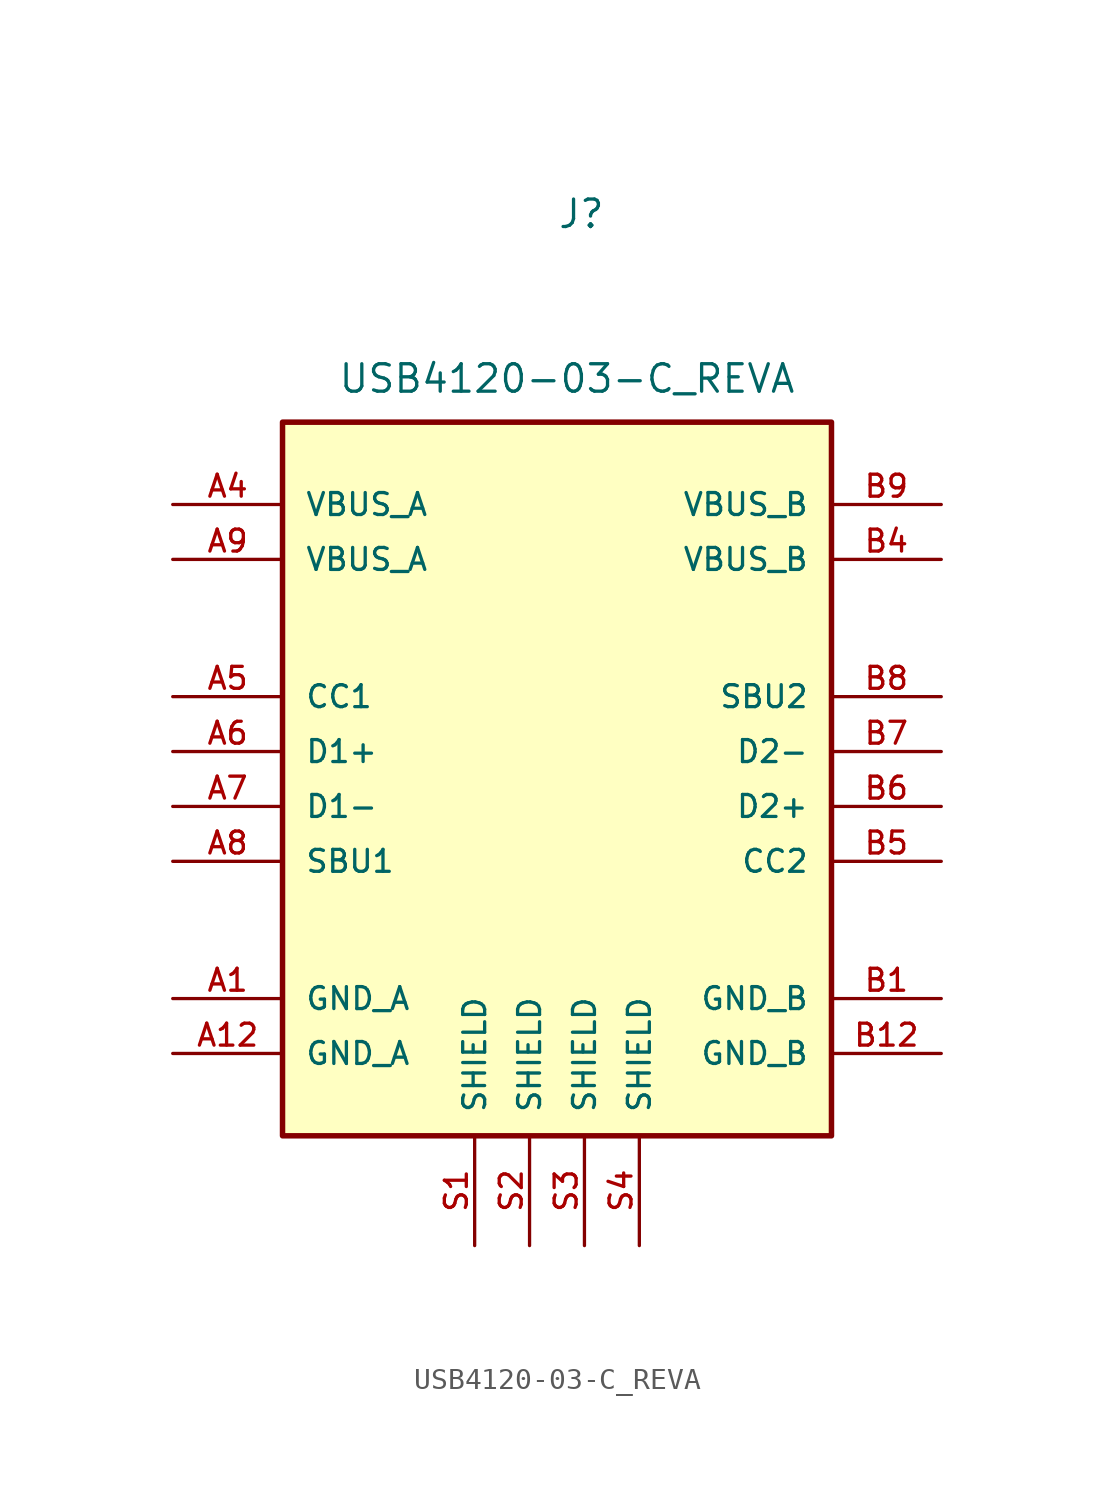
<source format=kicad_sym>
(kicad_symbol_lib
  (version 20211014)
  (generator kicad_symbol_editor)
  (symbol "USB4120-03-C_REVA"
    (pin_names
      (offset 1.016))
    (property "Reference" "J"
      (at 0 24.13 0)
      (effects (font (size 1.27 1.27)) (justify left bottom)))
    (property "Value" "USB4120-03-C_REVA"
      (at -10.16 16.51 0)
      (effects (font (size 1.27 1.27)) (justify left bottom)))
    (property "ki_locked" ""
      (at 0 0 0)
      (effects (font (size 1.27 1.27))))
    (symbol "USB4120-03-C_REVA_0_0"
      (rectangle (start -12.7 -17.78) (end 12.7 15.24) (stroke (width 0.254) (type default) (color 0 0 0 0)) (fill (type background)))
      (pin power_in line (at -17.78 -11.43 0) (length 5.08) (name "GND_A" (effects (font (size 1.016 1.016)))) (number "A1" (effects (font (size 1.016 1.016)))))
      (pin power_in line (at -17.78 -13.97 0) (length 5.08) (name "GND_A" (effects (font (size 1.016 1.016)))) (number "A12" (effects (font (size 1.016 1.016)))))
      (pin power_in line (at -17.78 11.43 0) (length 5.08) (name "VBUS_A" (effects (font (size 1.016 1.016)))) (number "A4" (effects (font (size 1.016 1.016)))))
      (pin bidirectional line (at -17.78 2.54 0) (length 5.08) (name "CC1" (effects (font (size 1.016 1.016)))) (number "A5" (effects (font (size 1.016 1.016)))))
      (pin bidirectional line (at -17.78 0 0) (length 5.08) (name "D1+" (effects (font (size 1.016 1.016)))) (number "A6" (effects (font (size 1.016 1.016)))))
      (pin bidirectional line (at -17.78 -2.54 0) (length 5.08) (name "D1-" (effects (font (size 1.016 1.016)))) (number "A7" (effects (font (size 1.016 1.016)))))
      (pin bidirectional line (at -17.78 -5.08 0) (length 5.08) (name "SBU1" (effects (font (size 1.016 1.016)))) (number "A8" (effects (font (size 1.016 1.016)))))
      (pin power_in line (at -17.78 8.89 0) (length 5.08) (name "VBUS_A" (effects (font (size 1.016 1.016)))) (number "A9" (effects (font (size 1.016 1.016)))))
      (pin power_in line (at 17.78 -11.43 180) (length 5.08) (name "GND_B" (effects (font (size 1.016 1.016)))) (number "B1" (effects (font (size 1.016 1.016)))))
      (pin power_in line (at 17.78 -13.97 180) (length 5.08) (name "GND_B" (effects (font (size 1.016 1.016)))) (number "B12" (effects (font (size 1.016 1.016)))))
      (pin power_in line (at 17.78 8.89 180) (length 5.08) (name "VBUS_B" (effects (font (size 1.016 1.016)))) (number "B4" (effects (font (size 1.016 1.016)))))
      (pin bidirectional line (at 17.78 -5.08 180) (length 5.08) (name "CC2" (effects (font (size 1.016 1.016)))) (number "B5" (effects (font (size 1.016 1.016)))))
      (pin bidirectional line (at 17.78 -2.54 180) (length 5.08) (name "D2+" (effects (font (size 1.016 1.016)))) (number "B6" (effects (font (size 1.016 1.016)))))
      (pin bidirectional line (at 17.78 0 180) (length 5.08) (name "D2-" (effects (font (size 1.016 1.016)))) (number "B7" (effects (font (size 1.016 1.016)))))
      (pin bidirectional line (at 17.78 2.54 180) (length 5.08) (name "SBU2" (effects (font (size 1.016 1.016)))) (number "B8" (effects (font (size 1.016 1.016)))))
      (pin power_in line (at 17.78 11.43 180) (length 5.08) (name "VBUS_B" (effects (font (size 1.016 1.016)))) (number "B9" (effects (font (size 1.016 1.016)))))
      (pin passive line (at -3.81 -22.86 90) (length 5.08) (name "SHIELD" (effects (font (size 1.016 1.016)))) (number "S1" (effects (font (size 1.016 1.016)))))
      (pin passive line (at -1.27 -22.86 90) (length 5.08) (name "SHIELD" (effects (font (size 1.016 1.016)))) (number "S2" (effects (font (size 1.016 1.016)))))
      (pin passive line (at 1.27 -22.86 90) (length 5.08) (name "SHIELD" (effects (font (size 1.016 1.016)))) (number "S3" (effects (font (size 1.016 1.016)))))
      (pin passive line (at 3.81 -22.86 90) (length 5.08) (name "SHIELD" (effects (font (size 1.016 1.016)))) (number "S4" (effects (font (size 1.016 1.016))))))))
</source>
